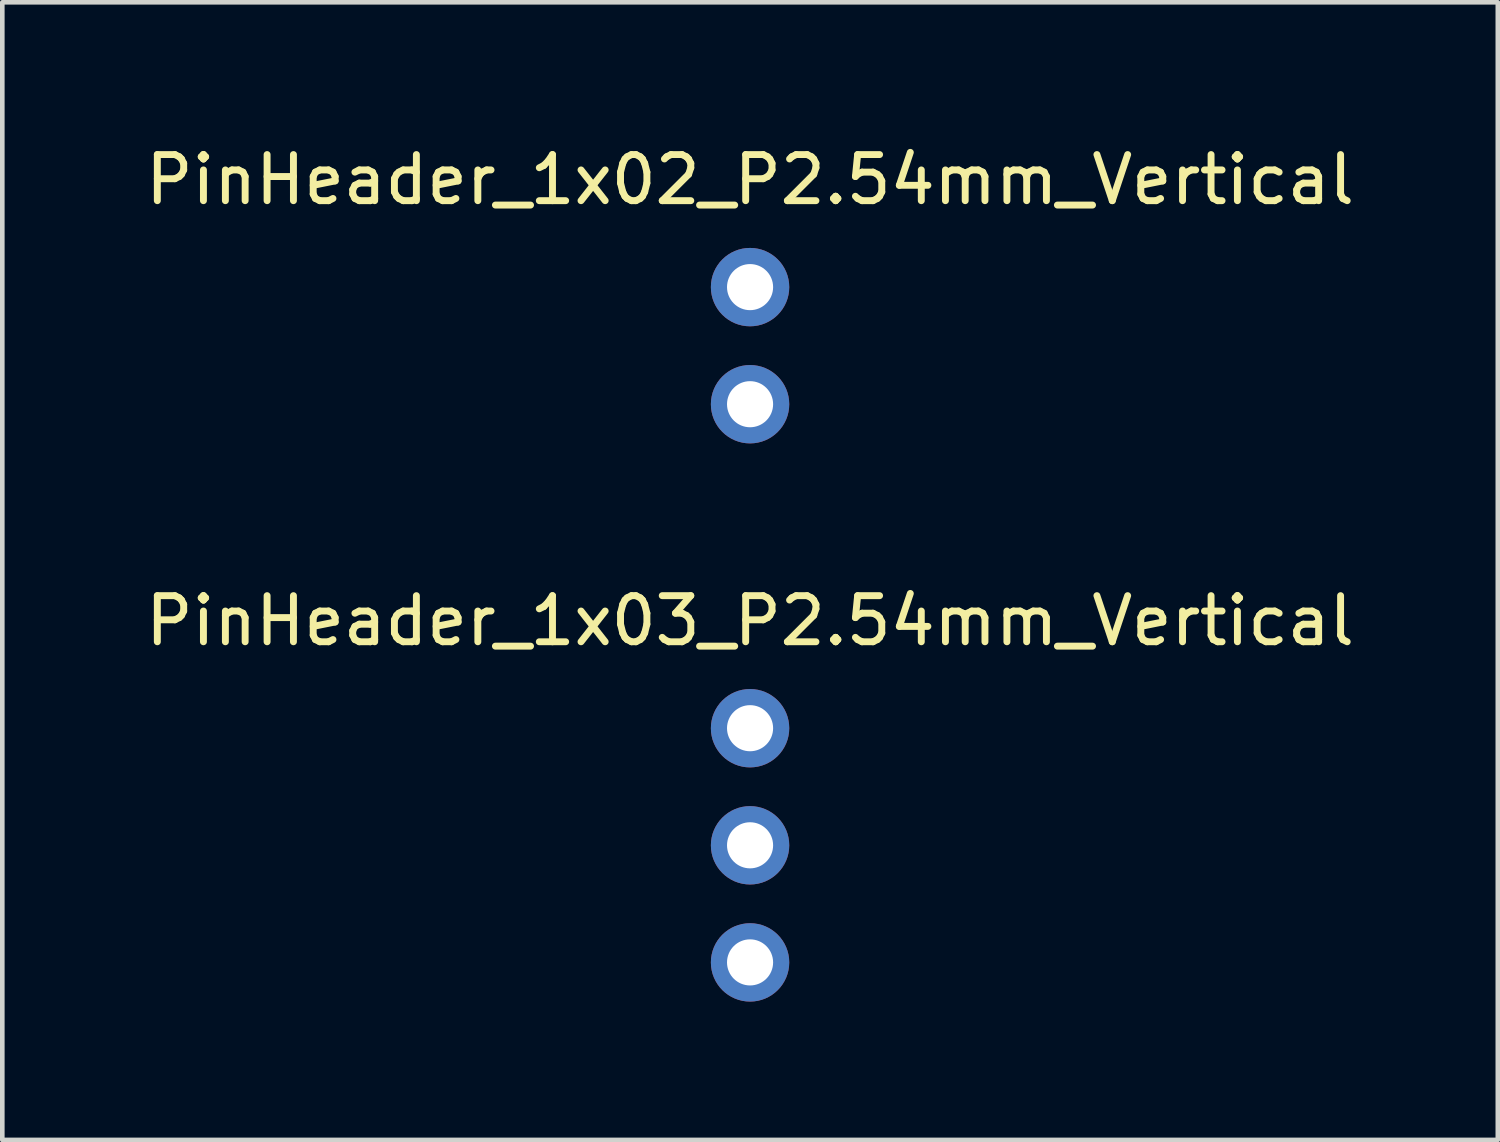
<source format=kicad_pcb>
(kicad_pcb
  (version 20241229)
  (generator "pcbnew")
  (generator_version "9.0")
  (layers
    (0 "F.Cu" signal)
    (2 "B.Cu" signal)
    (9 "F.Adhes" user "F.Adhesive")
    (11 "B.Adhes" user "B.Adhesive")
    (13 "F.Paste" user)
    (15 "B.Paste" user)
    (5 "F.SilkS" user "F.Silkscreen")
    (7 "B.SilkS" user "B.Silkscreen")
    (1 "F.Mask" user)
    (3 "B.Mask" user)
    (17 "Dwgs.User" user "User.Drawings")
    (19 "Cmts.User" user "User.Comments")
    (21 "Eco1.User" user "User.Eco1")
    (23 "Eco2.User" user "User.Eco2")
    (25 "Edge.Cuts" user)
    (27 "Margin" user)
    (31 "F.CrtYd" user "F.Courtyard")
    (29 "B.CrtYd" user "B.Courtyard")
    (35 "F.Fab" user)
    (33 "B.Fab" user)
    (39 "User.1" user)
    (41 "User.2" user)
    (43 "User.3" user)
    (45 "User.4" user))
  (footprint "PinHeader_1x03_P2.54mm_Vertical"
    (layer "F.Cu")
    (at 13.22 12.746)
    (property "Reference" "PinHeader_1x03_P2.54mm_Vertical" (at 0 -2.33 0) (layer "F.SilkS") (effects (font (size 1 1) (thickness 0.15))))
    (attr through_hole)
    (pad "1" thru_hole circle (at 0 0) (size 1.7 1.7) (drill 1) (layers "*.Cu" "*.Mask"))
    (pad "2" thru_hole oval (at 0 2.54) (size 1.7 1.7) (drill 1) (layers "*.Cu" "*.Mask"))
    (pad "3" thru_hole oval (at 0 5.08) (size 1.7 1.7) (drill 1) (layers "*.Cu" "*.Mask")))
  (footprint "PinHeader_1x02_P2.54mm_Vertical"
    (layer "F.Cu")
    (at 13.22 3.178)
    (property "Reference" "PinHeader_1x02_P2.54mm_Vertical" (at 0 -2.33 0) (layer "F.SilkS") (effects (font (size 1 1) (thickness 0.15))))
    (attr through_hole)
    (pad "1" thru_hole circle (at 0 0) (size 1.7 1.7) (drill 1) (layers "*.Cu" "*.Mask"))
    (pad "2" thru_hole oval (at 0 2.54) (size 1.7 1.7) (drill 1) (layers "*.Cu" "*.Mask")))
  (gr_rect
    (start -3 -3)
    (end 29.44 21.677)
    (stroke (width 0.1) (type default))
    (fill no)
    (layer "Edge.Cuts")))
</source>
